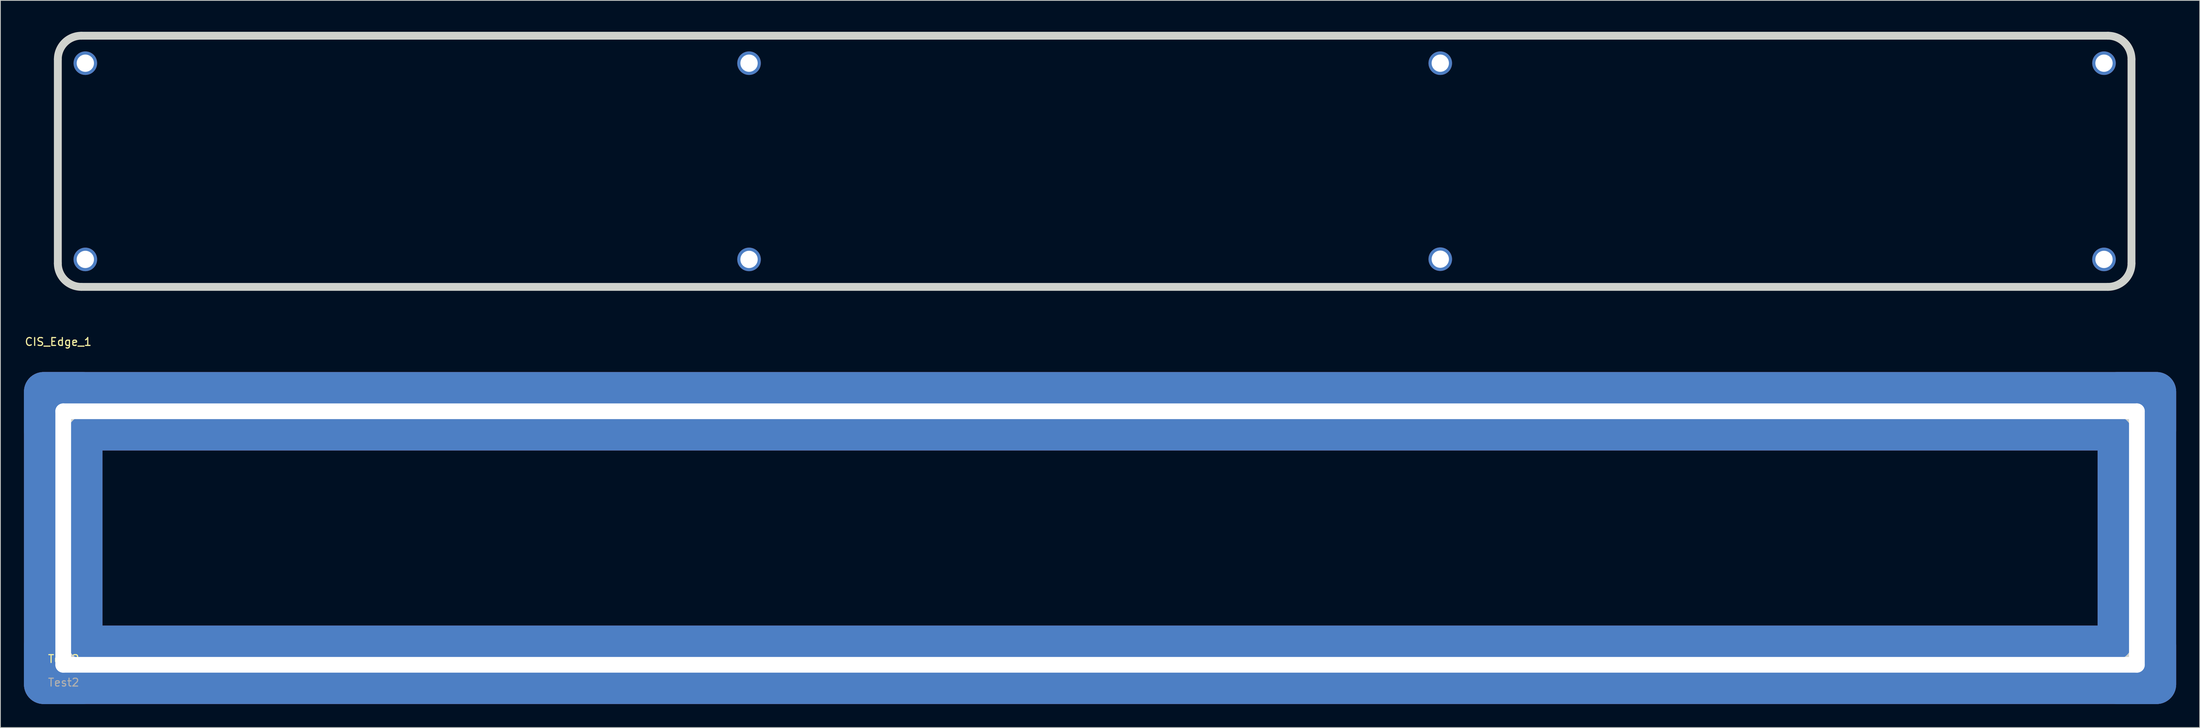
<source format=kicad_pcb>
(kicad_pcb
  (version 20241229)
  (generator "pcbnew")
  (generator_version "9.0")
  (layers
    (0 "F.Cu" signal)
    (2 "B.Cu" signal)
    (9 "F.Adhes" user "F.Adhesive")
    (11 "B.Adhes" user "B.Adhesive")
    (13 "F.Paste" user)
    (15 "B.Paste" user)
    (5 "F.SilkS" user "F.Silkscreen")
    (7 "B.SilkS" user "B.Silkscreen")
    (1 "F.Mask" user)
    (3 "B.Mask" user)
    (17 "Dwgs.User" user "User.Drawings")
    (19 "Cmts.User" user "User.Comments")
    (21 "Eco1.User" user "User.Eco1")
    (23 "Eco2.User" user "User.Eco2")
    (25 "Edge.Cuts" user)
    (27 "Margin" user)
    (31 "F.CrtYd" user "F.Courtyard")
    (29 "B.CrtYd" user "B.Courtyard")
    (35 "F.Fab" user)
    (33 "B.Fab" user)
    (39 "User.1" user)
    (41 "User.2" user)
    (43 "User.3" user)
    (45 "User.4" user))
  (footprint "CIS_Edge_1"
    (layer "F.Cu")
    (at 4.313 33.5)
    (property "Reference" "CIS_Edge_1" (at 0.05 7 0) (unlocked yes) (layer "F.SilkS") (effects (font (size 1 1) (thickness 0.15))))
    (attr through_hole)
    (fp_line (start -0.000001 -29) (end -0.000001 -3) (stroke (width 3) (type solid)) (layer "F.Mask"))
    (fp_line (start 3 0.000001) (end 261 0.000001) (stroke (width 3) (type solid)) (layer "F.Mask"))
    (fp_line (start 261 -32) (end 3 -32) (stroke (width 3) (type solid)) (layer "F.Mask"))
    (fp_line (start 264 -3) (end 264 -29) (stroke (width 3) (type solid)) (layer "F.Mask"))
    (fp_arc (start -0.000001 -28.999999) (mid 0.878679 -31.121319) (end 2.999999 -31.999999) (stroke (width 3) (type solid)) (layer "F.Mask"))
    (fp_arc (start 2.999999 0.000001) (mid 0.878679 -0.878679) (end -0.000001 -2.999999) (stroke (width 3) (type solid)) (layer "F.Mask"))
    (fp_arc (start 260.999999 -31.999999) (mid 263.121319 -31.121319) (end 263.999999 -28.999999) (stroke (width 3) (type solid)) (layer "F.Mask"))
    (fp_arc (start 263.999999 -2.999999) (mid 263.121319 -0.878679) (end 260.999999 0.000001) (stroke (width 3) (type solid)) (layer "F.Mask"))
    (fp_line (start 0 -3) (end 0 -29) (stroke (width 3) (type solid)) (layer "B.Mask"))
    (fp_line (start 3 -32) (end 261 -32) (stroke (width 3) (type solid)) (layer "B.Mask"))
    (fp_line (start 261 0) (end 3 0) (stroke (width 3) (type solid)) (layer "B.Mask"))
    (fp_line (start 264 -29) (end 264 -3) (stroke (width 3) (type solid)) (layer "B.Mask"))
    (fp_arc (start 0 -29) (mid 0.878686 -31.121314) (end 3 -32) (stroke (width 3) (type solid)) (layer "B.Mask"))
    (fp_arc (start 3 0) (mid 0.8787 -0.878688) (end 0 -3) (stroke (width 3) (type solid)) (layer "B.Mask"))
    (fp_arc (start 261 -32) (mid 263.12132 -31.12132) (end 264 -29) (stroke (width 3) (type solid)) (layer "B.Mask"))
    (fp_arc (start 264 -3) (mid 263.12132 -0.87868) (end 261 0) (stroke (width 3) (type solid)) (layer "B.Mask"))
    (fp_line (start 0 -29) (end 0 -3) (stroke (width 1) (type solid)) (layer "Edge.Cuts"))
    (fp_line (start 3 0) (end 261 0) (stroke (width 1) (type solid)) (layer "Edge.Cuts"))
    (fp_line (start 261 -32) (end 3 -32) (stroke (width 1) (type solid)) (layer "Edge.Cuts"))
    (fp_line (start 264 -3) (end 264 -29) (stroke (width 1) (type solid)) (layer "Edge.Cuts"))
    (fp_arc (start 0 -29) (mid 0.87868 -31.12132) (end 3 -32) (stroke (width 1) (type solid)) (layer "Edge.Cuts"))
    (fp_arc (start 3 0) (mid 0.87868 -0.87868) (end 0 -3) (stroke (width 1) (type solid)) (layer "Edge.Cuts"))
    (fp_arc (start 261 -32) (mid 263.12132 -31.12132) (end 264 -29) (stroke (width 1) (type solid)) (layer "Edge.Cuts"))
    (fp_arc (start 264 -3) (mid 263.12132 -0.87868) (end 261 0) (stroke (width 1) (type solid)) (layer "Edge.Cuts"))
    (pad "" thru_hole circle (at 3.5 -28.5) (size 3 3) (drill 2.2) (layers "*.Cu" "*.Mask"))
    (pad "" thru_hole circle (at 3.5 -3.5) (size 3 3) (drill 2.2) (layers "*.Cu" "*.Mask"))
    (pad "" thru_hole circle (at 88 -28.5) (size 3 3) (drill 2.2) (layers "*.Cu" "*.Mask"))
    (pad "" thru_hole circle (at 88 -3.5) (size 3 3) (drill 2.2) (layers "*.Cu" "*.Mask"))
    (pad "" thru_hole circle (at 176 -28.5) (size 3 3) (drill 2.2) (layers "*.Cu" "*.Mask"))
    (pad "" thru_hole circle (at 176 -3.529) (size 3 3) (drill 2.2) (layers "*.Cu" "*.Mask"))
    (pad "" thru_hole circle (at 260.5 -28.5) (size 3 3) (drill 2.2) (layers "*.Cu" "*.Mask"))
    (pad "" thru_hole circle (at 260.5 -3.5) (size 3 3) (drill 2.2) (layers "*.Cu" "*.Mask")))
  (footprint "Test2"
    (layer "F.Cu")
    (at 5 81.648)
    (property "Reference" "Test2" (at 0.05 -0.75 0) (unlocked yes) (layer "F.SilkS") (effects (font (size 1 1) (thickness 0.15))))
    (attr through_hole)
    (fp_line (start -0.029 -29.329) (end -0.029 -3.029) (stroke (width 1) (type solid)) (layer "Eco1.User"))
    (fp_line (start 2.971 -0.029) (end 260.971 -0.029) (stroke (width 1) (type solid)) (layer "Eco1.User"))
    (fp_line (start 260.971 -32.329) (end 2.971 -32.329) (stroke (width 1) (type solid)) (layer "Eco1.User"))
    (fp_line (start 263.971 -3.029) (end 263.971 -29.329) (stroke (width 1) (type solid)) (layer "Eco1.User"))
    (fp_circle (center 3.471 -28.829) (end 4.571 -28.829) (stroke (width 1) (type solid)) (fill no) (layer "Eco1.User"))
    (fp_circle (center 3.471 -3.529) (end 4.571 -3.529) (stroke (width 1) (type solid)) (fill no) (layer "Eco1.User"))
    (fp_circle (center 89.138 -28.829) (end 90.238 -28.829) (stroke (width 1) (type solid)) (fill no) (layer "Eco1.User"))
    (fp_circle (center 89.138 -3.529) (end 90.238 -3.529) (stroke (width 1) (type solid)) (fill no) (layer "Eco1.User"))
    (fp_circle (center 174.804 -28.829) (end 175.904 -28.829) (stroke (width 1) (type solid)) (fill no) (layer "Eco1.User"))
    (fp_circle (center 174.804 -3.529) (end 175.904 -3.529) (stroke (width 1) (type solid)) (fill no) (layer "Eco1.User"))
    (fp_circle (center 260.471 -28.829) (end 261.571 -28.829) (stroke (width 1) (type solid)) (fill no) (layer "Eco1.User"))
    (fp_circle (center 260.471 -3.529) (end 261.571 -3.529) (stroke (width 1) (type solid)) (fill no) (layer "Eco1.User"))
    (fp_line (start -0.029 -29.329) (end -0.029 -3.029) (stroke (width 1) (type solid)) (layer "Edge.Cuts"))
    (fp_line (start 2.971 -0.029) (end 260.971 -0.029) (stroke (width 1) (type solid)) (layer "Edge.Cuts"))
    (fp_line (start 260.971 -32.329) (end 2.971 -32.329) (stroke (width 1) (type solid)) (layer "Edge.Cuts"))
    (fp_line (start 263.971 -3.029) (end 263.971 -29.329) (stroke (width 1) (type solid)) (layer "Edge.Cuts"))
    (fp_arc (start -0.0287 -29.3287) (mid 0.84998 -31.45002) (end 2.9713 -32.3287) (stroke (width 1) (type solid)) (layer "Edge.Cuts"))
    (fp_arc (start 2.9713 -0.0287) (mid 0.84998 -0.90738) (end -0.0287 -3.0287) (stroke (width 1) (type solid)) (layer "Edge.Cuts"))
    (fp_arc (start 260.9713 -32.3287) (mid 263.09262 -31.45002) (end 263.9713 -29.3287) (stroke (width 1) (type solid)) (layer "Edge.Cuts"))
    (fp_arc (start 263.9713 -3.0287) (mid 263.09262 -0.90738) (end 260.9713 -0.0287) (stroke (width 1) (type solid)) (layer "Edge.Cuts"))
    (fp_text user "${REFERENCE}" (at 0.05 2.25 0) (unlocked yes) (layer "F.Fab") (effects (font (size 1 1) (thickness 0.15))))
    (pad "" thru_hole roundrect (at 0 -16.15 90) (size 42.3 10) (drill oval 34.3 2) (layers "*.Cu" "*.Mask") (roundrect_rratio 0.25))
    (pad "" thru_hole roundrect (at 132 -32.3) (size 274 10) (drill oval 266 2) (layers "*.Cu" "*.Mask") (roundrect_rratio 0.25))
    (pad "" thru_hole roundrect (at 132 0) (size 274 10) (drill oval 266 2) (layers "*.Cu" "*.Mask") (roundrect_rratio 0.25))
    (pad "" thru_hole roundrect (at 264 -16.15 90) (size 42.3 10) (drill oval 34.3 2) (layers "*.Cu" "*.Mask") (roundrect_rratio 0.25)))
  (gr_rect
    (start -3 -3)
    (end 277 89.648)
    (stroke (width 0.1) (type default))
    (fill no)
    (layer "Edge.Cuts")))
</source>
